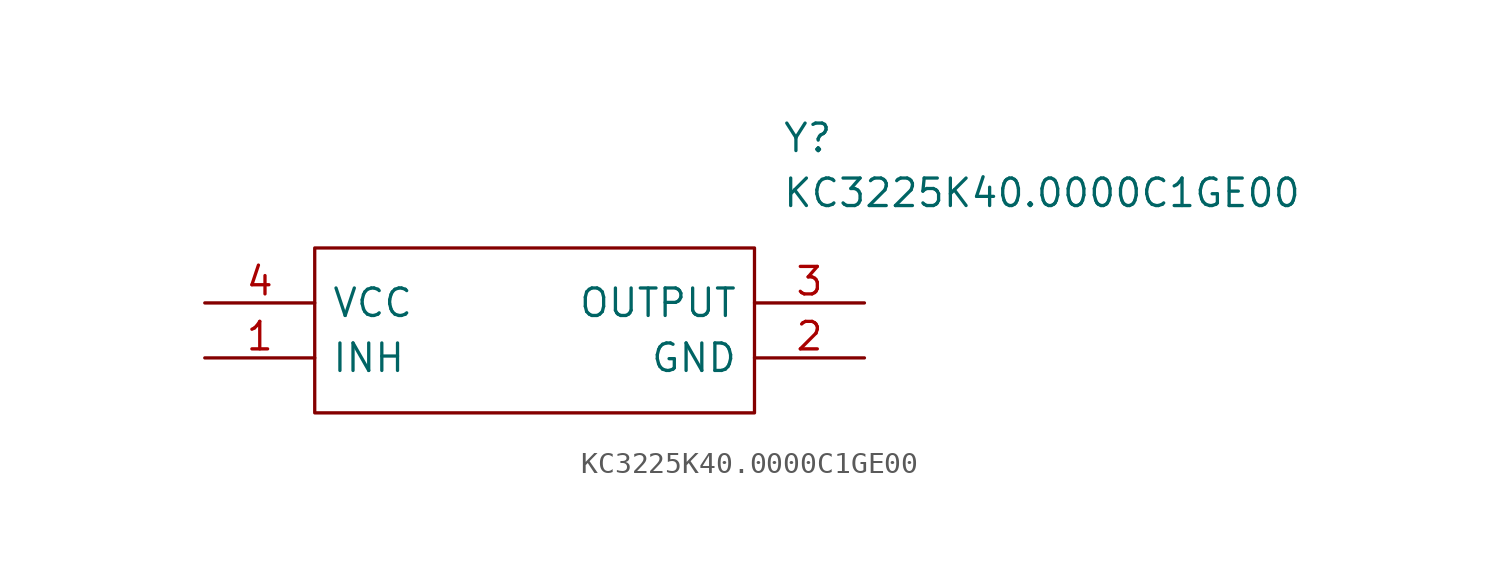
<source format=kicad_sym>
(kicad_symbol_lib
  (version 20241209)
  (generator "kicad_symbol_editor")
  (generator_version "9.0")
  (symbol "KC3225K40.0000C1GE00"
    (pin_names
      (offset 0.762))
    (property "Reference" "Y"
      (at 26.67 7.62 0)
      (effects (font (size 1.27 1.27)) (justify left)))
    (property "Value" "KC3225K40.0000C1GE00"
      (at 26.67 5.08 0)
      (effects (font (size 1.27 1.27)) (justify left)))
    (symbol "KC3225K40.0000C1GE00_0_0"
      (pin passive line (at 0 0 0) (length 5.08) (name "VCC" (effects (font (size 1.27 1.27)))) (number "4" (effects (font (size 1.27 1.27)))))
      (pin passive line (at 0 -2.54 0) (length 5.08) (name "INH" (effects (font (size 1.27 1.27)))) (number "1" (effects (font (size 1.27 1.27)))))
      (pin passive line (at 30.48 0 180) (length 5.08) (name "OUTPUT" (effects (font (size 1.27 1.27)))) (number "3" (effects (font (size 1.27 1.27)))))
      (pin passive line (at 30.48 -2.54 180) (length 5.08) (name "GND" (effects (font (size 1.27 1.27)))) (number "2" (effects (font (size 1.27 1.27))))))
    (symbol "KC3225K40.0000C1GE00_0_1"
      (polyline (pts (xy 5.08 2.54) (xy 25.4 2.54) (xy 25.4 -5.08) (xy 5.08 -5.08) (xy 5.08 2.54)) (stroke (width 0.152) (type solid)) (fill (type none))))))
</source>
